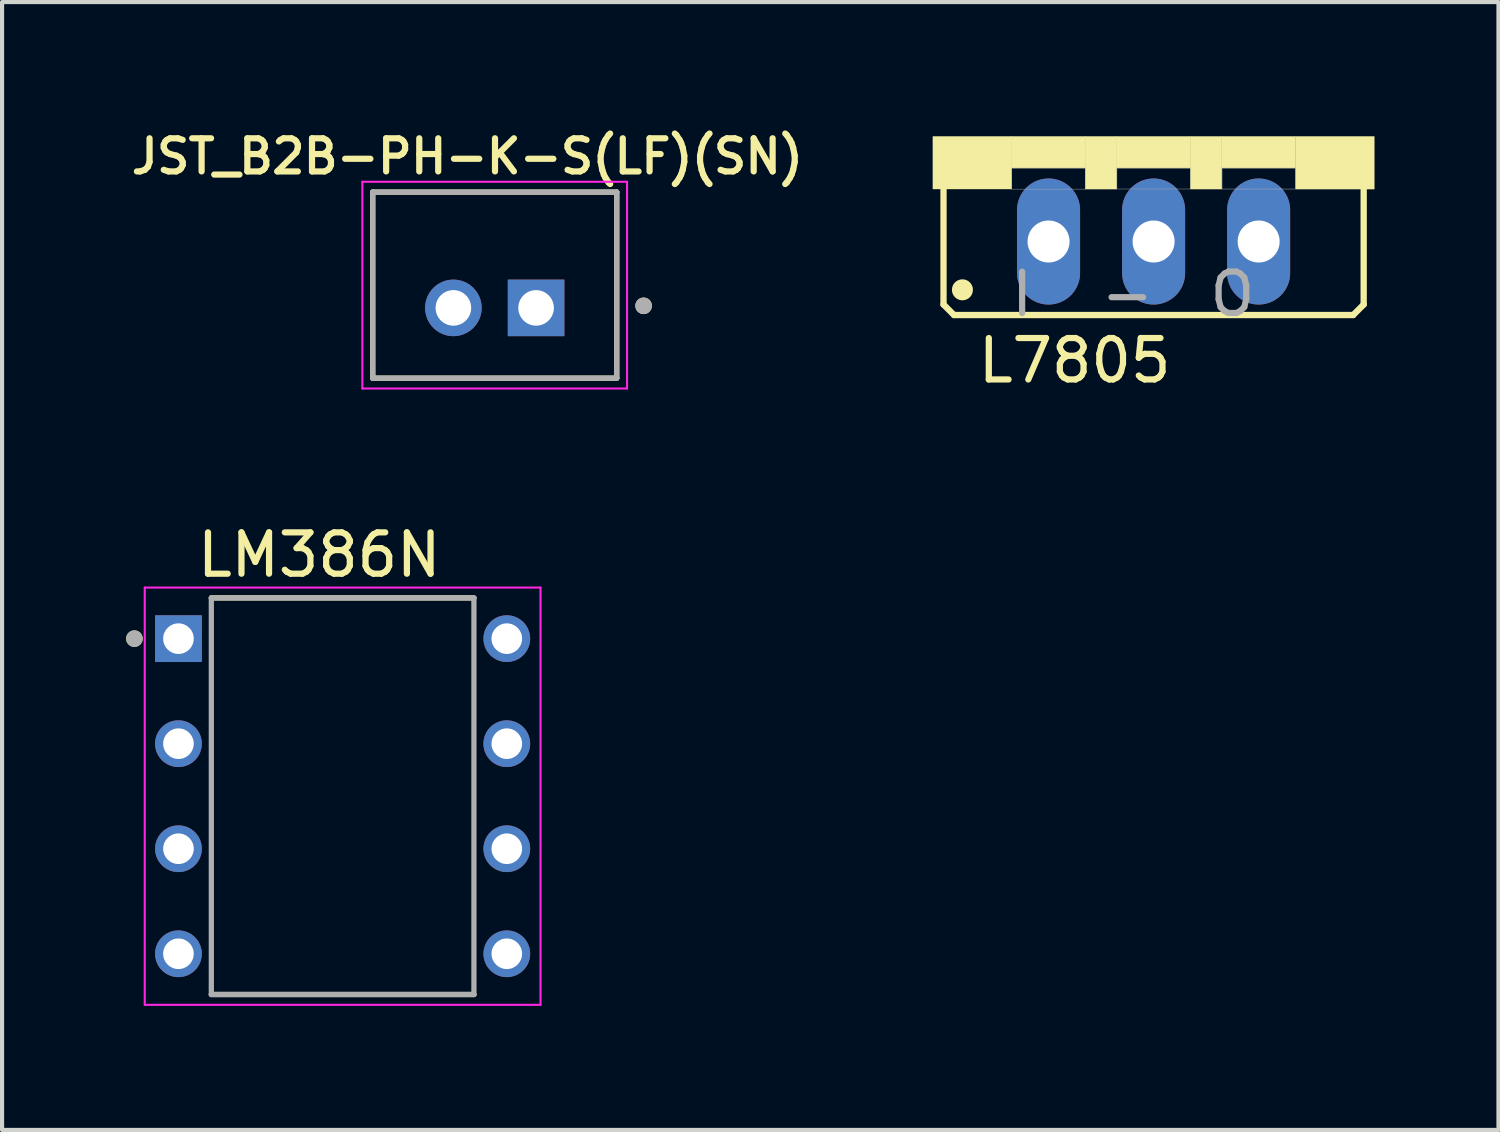
<source format=kicad_pcb>
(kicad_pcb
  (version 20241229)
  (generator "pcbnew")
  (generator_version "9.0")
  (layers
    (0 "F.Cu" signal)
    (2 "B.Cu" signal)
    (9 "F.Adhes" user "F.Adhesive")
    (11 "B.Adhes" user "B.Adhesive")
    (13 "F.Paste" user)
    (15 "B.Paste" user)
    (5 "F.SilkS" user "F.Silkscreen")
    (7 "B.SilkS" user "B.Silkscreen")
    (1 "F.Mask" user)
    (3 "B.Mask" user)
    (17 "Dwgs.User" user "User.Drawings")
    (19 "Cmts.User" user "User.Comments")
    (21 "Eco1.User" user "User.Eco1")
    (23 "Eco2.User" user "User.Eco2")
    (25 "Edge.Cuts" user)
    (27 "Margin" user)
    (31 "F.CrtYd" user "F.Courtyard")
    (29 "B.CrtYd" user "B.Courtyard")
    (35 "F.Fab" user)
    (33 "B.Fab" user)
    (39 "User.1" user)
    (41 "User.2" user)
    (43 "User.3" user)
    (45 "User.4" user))
  (footprint "L7805"
    (layer "F.Cu")
    (at 24.845 0.25)
    (property "Reference" "L7805" (at -1.909 5.42 0) (layer "F.SilkS") (effects (font (size 1.002 1.002) (thickness 0.15))))
    (attr through_hole)
    (fp_line (start -5.08 4.064) (end -5.08 1.143) (stroke (width 0.152) (type solid)) (layer "F.SilkS"))
    (fp_line (start -5.08 4.064) (end -4.826 4.318) (stroke (width 0.152) (type solid)) (layer "F.SilkS"))
    (fp_line (start 4.826 4.318) (end -4.826 4.318) (stroke (width 0.152) (type solid)) (layer "F.SilkS"))
    (fp_line (start 4.826 4.318) (end 5.08 4.064) (stroke (width 0.152) (type solid)) (layer "F.SilkS"))
    (fp_line (start 5.08 1.143) (end 5.08 4.064) (stroke (width 0.152) (type solid)) (layer "F.SilkS"))
    (fp_circle (center -4.623 3.708) (end -4.369 3.708) (stroke (width 0) (type solid)) (fill yes) (layer "F.SilkS"))
    (fp_poly (pts (xy -5.336 0) (xy -3.429 0) (xy -3.429 1.27) (xy -5.336 1.27)) (stroke (width 0.01) (type solid)) (fill yes) (layer "F.SilkS"))
    (fp_poly (pts (xy -3.434 0) (xy -1.651 0) (xy -1.651 0.763) (xy -3.434 0.763)) (stroke (width 0.01) (type solid)) (fill yes) (layer "F.SilkS"))
    (fp_poly (pts (xy -1.654 0) (xy -0.889 0) (xy -0.889 1.272) (xy -1.654 1.272)) (stroke (width 0.01) (type solid)) (fill yes) (layer "F.SilkS"))
    (fp_poly (pts (xy -0.891 0) (xy 0.889 0) (xy 0.889 0.763) (xy -0.891 0.763)) (stroke (width 0.01) (type solid)) (fill yes) (layer "F.SilkS"))
    (fp_poly (pts (xy 0.889 0) (xy 1.651 0) (xy 1.651 1.271) (xy 0.889 1.271)) (stroke (width 0.01) (type solid)) (fill yes) (layer "F.SilkS"))
    (fp_poly (pts (xy 1.654 0) (xy 3.429 0) (xy 3.429 0.763) (xy 1.654 0.763)) (stroke (width 0.01) (type solid)) (fill yes) (layer "F.SilkS"))
    (fp_poly (pts (xy 3.433 0) (xy 5.334 0) (xy 5.334 1.272) (xy 3.433 1.272)) (stroke (width 0.01) (type solid)) (fill yes) (layer "F.SilkS"))
    (fp_poly (pts (xy -3.436 0.762) (xy -1.651 0.762) (xy -1.651 1.273) (xy -3.436 1.273)) (stroke (width 0.01) (type solid)) (fill no) (layer "F.Fab"))
    (fp_poly (pts (xy -0.889 0.762) (xy 0.889 0.762) (xy 0.889 1.27) (xy -0.889 1.27)) (stroke (width 0.01) (type solid)) (fill no) (layer "F.Fab"))
    (fp_poly (pts (xy 1.653 0.762) (xy 3.429 0.762) (xy 3.429 1.271) (xy 1.653 1.271)) (stroke (width 0.01) (type solid)) (fill no) (layer "F.Fab"))
    (fp_text user "O" (at 1.906 3.813 0) (layer "F.Fab") (effects (font (size 1.001 1.001) (thickness 0.15))))
    (fp_text user "I" (at -3.179 3.815 0) (layer "F.Fab") (effects (font (size 1.001 1.001) (thickness 0.15))))
    (fp_text user "-" (at -0.635 3.812 0) (layer "F.Fab") (effects (font (size 1.001 1.001) (thickness 0.15))))
    (pad "GND" thru_hole oval (at 0 2.54) (size 1.524 3.048) (drill 1.016) (layers "*.Cu" "*.Mask"))
    (pad "IN" thru_hole oval (at -2.54 2.54) (size 1.524 3.048) (drill 1.016) (layers "*.Cu" "*.Mask"))
    (pad "OUT" thru_hole oval (at 2.54 2.54) (size 1.524 3.048) (drill 1.016) (layers "*.Cu" "*.Mask")))
  (footprint "JST_B2B-PH-K-S(LF)(SN)"
    (layer "F.Cu")
    (at 8.913 3.845)
    (property "Reference" "JST_B2B-PH-K-S(LF)(SN)" (at -0.661 -3.113 0) (layer "F.SilkS") (effects (font (size 0.801 0.801) (thickness 0.15))))
    (attr through_hole)
    (fp_line (start -2.95 -2.25) (end 2.95 -2.25) (stroke (width 0.127) (type solid)) (layer "F.SilkS"))
    (fp_line (start -2.95 2.25) (end -2.95 -2.25) (stroke (width 0.127) (type solid)) (layer "F.SilkS"))
    (fp_line (start 2.95 -2.25) (end 2.95 2.25) (stroke (width 0.127) (type solid)) (layer "F.SilkS"))
    (fp_line (start 2.95 2.25) (end -2.95 2.25) (stroke (width 0.127) (type solid)) (layer "F.SilkS"))
    (fp_circle (center 3.6 0.5) (end 3.7 0.5) (stroke (width 0.2) (type solid)) (fill no) (layer "F.SilkS"))
    (fp_line (start -3.2 -2.5) (end 3.2 -2.5) (stroke (width 0.05) (type solid)) (layer "F.CrtYd"))
    (fp_line (start -3.2 2.5) (end -3.2 -2.5) (stroke (width 0.05) (type solid)) (layer "F.CrtYd"))
    (fp_line (start 3.2 -2.5) (end 3.2 2.5) (stroke (width 0.05) (type solid)) (layer "F.CrtYd"))
    (fp_line (start 3.2 2.5) (end -3.2 2.5) (stroke (width 0.05) (type solid)) (layer "F.CrtYd"))
    (fp_line (start -2.95 -2.25) (end 2.95 -2.25) (stroke (width 0.127) (type solid)) (layer "F.Fab"))
    (fp_line (start -2.95 2.25) (end -2.95 -2.25) (stroke (width 0.127) (type solid)) (layer "F.Fab"))
    (fp_line (start 2.95 -2.25) (end 2.95 2.25) (stroke (width 0.127) (type solid)) (layer "F.Fab"))
    (fp_line (start 2.95 2.25) (end -2.95 2.25) (stroke (width 0.127) (type solid)) (layer "F.Fab"))
    (fp_circle (center 3.6 0.5) (end 3.7 0.5) (stroke (width 0.2) (type solid)) (fill no) (layer "F.Fab"))
    (pad "1" thru_hole rect (at 1 0.55) (size 1.368 1.368) (drill 0.86) (layers "*.Cu" "*.Mask"))
    (pad "2" thru_hole circle (at -1 0.55) (size 1.368 1.368) (drill 0.86) (layers "*.Cu" "*.Mask")))
  (footprint "LM386N"
    (layer "F.Cu")
    (at 5.235 16.203)
    (property "Reference" "LM386N" (at -0.565 -5.835 0) (layer "F.SilkS") (effects (font (size 1 1) (thickness 0.15))))
    (attr through_hole)
    (fp_line (start -3.175 -4.795) (end 3.175 -4.795) (stroke (width 0.127) (type solid)) (layer "F.SilkS"))
    (fp_line (start -3.175 4.795) (end 3.175 4.795) (stroke (width 0.127) (type solid)) (layer "F.SilkS"))
    (fp_circle (center -5.035 -3.81) (end -4.935 -3.81) (stroke (width 0.2) (type solid)) (fill no) (layer "F.SilkS"))
    (fp_line (start -4.785 -5.045) (end -4.785 5.045) (stroke (width 0.05) (type solid)) (layer "F.CrtYd"))
    (fp_line (start 4.785 -5.045) (end -4.785 -5.045) (stroke (width 0.05) (type solid)) (layer "F.CrtYd"))
    (fp_line (start 4.785 -5.045) (end 4.785 5.045) (stroke (width 0.05) (type solid)) (layer "F.CrtYd"))
    (fp_line (start 4.785 5.045) (end -4.785 5.045) (stroke (width 0.05) (type solid)) (layer "F.CrtYd"))
    (fp_line (start -3.175 -4.795) (end -3.175 4.795) (stroke (width 0.127) (type solid)) (layer "F.Fab"))
    (fp_line (start -3.175 -4.795) (end 3.175 -4.795) (stroke (width 0.127) (type solid)) (layer "F.Fab"))
    (fp_line (start -3.175 4.795) (end 3.175 4.795) (stroke (width 0.127) (type solid)) (layer "F.Fab"))
    (fp_line (start 3.175 -4.795) (end 3.175 4.795) (stroke (width 0.127) (type solid)) (layer "F.Fab"))
    (fp_circle (center -5.035 -3.81) (end -4.935 -3.81) (stroke (width 0.2) (type solid)) (fill no) (layer "F.Fab"))
    (pad "1" thru_hole rect (at -3.97 -3.81) (size 1.13 1.13) (drill 0.74) (layers "*.Cu" "*.Mask"))
    (pad "2" thru_hole circle (at -3.97 -1.27) (size 1.13 1.13) (drill 0.74) (layers "*.Cu" "*.Mask"))
    (pad "3" thru_hole circle (at -3.97 1.27) (size 1.13 1.13) (drill 0.74) (layers "*.Cu" "*.Mask"))
    (pad "4" thru_hole circle (at -3.97 3.81) (size 1.13 1.13) (drill 0.74) (layers "*.Cu" "*.Mask"))
    (pad "5" thru_hole circle (at 3.97 3.81) (size 1.13 1.13) (drill 0.74) (layers "*.Cu" "*.Mask"))
    (pad "6" thru_hole circle (at 3.97 1.27) (size 1.13 1.13) (drill 0.74) (layers "*.Cu" "*.Mask"))
    (pad "7" thru_hole circle (at 3.97 -1.27) (size 1.13 1.13) (drill 0.74) (layers "*.Cu" "*.Mask"))
    (pad "8" thru_hole circle (at 3.97 -3.81) (size 1.13 1.13) (drill 0.74) (layers "*.Cu" "*.Mask")))
  (gr_rect
    (start -3 -3)
    (end 33.184 24.273)
    (stroke (width 0.1) (type default))
    (fill no)
    (layer "Edge.Cuts")))
</source>
